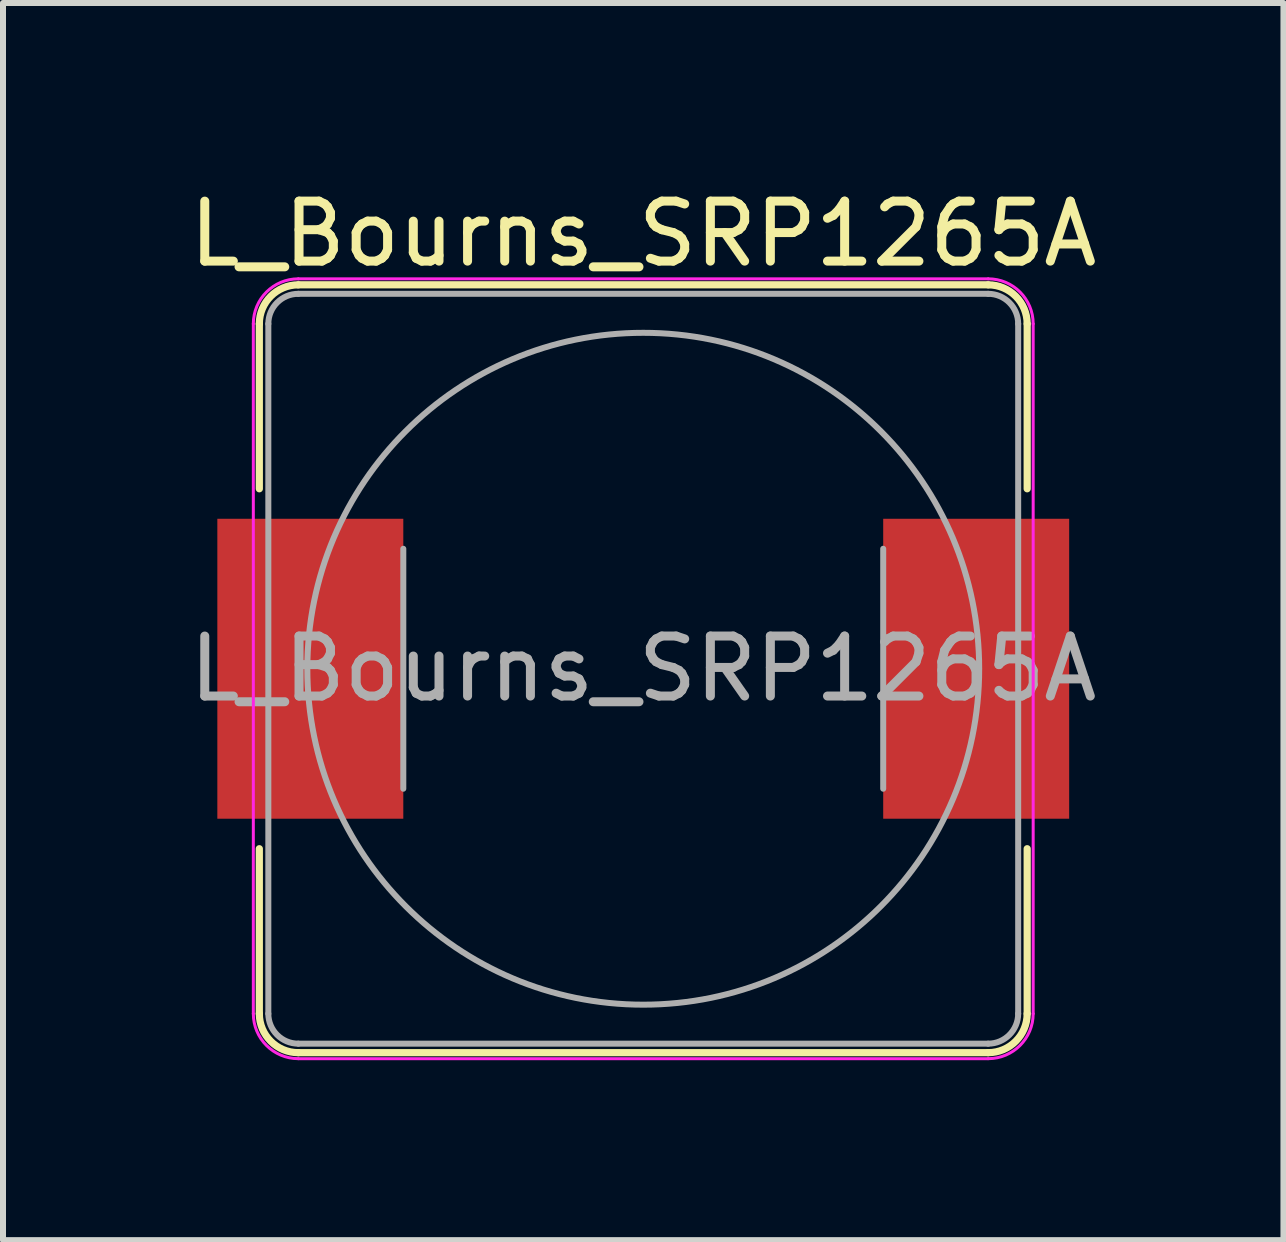
<source format=kicad_pcb>
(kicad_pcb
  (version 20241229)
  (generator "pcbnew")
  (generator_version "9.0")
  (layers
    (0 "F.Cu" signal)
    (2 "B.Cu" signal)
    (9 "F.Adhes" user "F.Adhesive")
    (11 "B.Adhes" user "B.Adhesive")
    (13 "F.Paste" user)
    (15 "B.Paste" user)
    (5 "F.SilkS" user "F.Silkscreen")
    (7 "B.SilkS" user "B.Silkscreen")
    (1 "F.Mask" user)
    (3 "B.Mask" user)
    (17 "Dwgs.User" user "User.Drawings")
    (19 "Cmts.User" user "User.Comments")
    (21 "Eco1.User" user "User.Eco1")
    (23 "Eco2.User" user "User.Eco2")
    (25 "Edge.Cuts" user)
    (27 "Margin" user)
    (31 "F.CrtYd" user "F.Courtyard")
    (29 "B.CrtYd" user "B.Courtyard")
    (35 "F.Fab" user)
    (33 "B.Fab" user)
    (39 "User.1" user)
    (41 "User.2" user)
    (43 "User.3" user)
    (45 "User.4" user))
  (footprint "L_Bourns_SRP1265A"
    (layer "F.Cu")
    (at 7.673 8.098)
    (property "Reference" "L_Bourns_SRP1265A" (at 0 -7.25 0) (layer "F.SilkS") (effects (font (size 1 1) (thickness 0.15))))
    (attr smd)
    (fp_line (start -6.4 -5.75) (end -6.4 -3) (stroke (width 0.12) (type solid)) (layer "F.SilkS"))
    (fp_line (start -6.4 3) (end -6.4 5.75) (stroke (width 0.12) (type solid)) (layer "F.SilkS"))
    (fp_line (start -5.75 -6.4) (end 5.75 -6.4) (stroke (width 0.12) (type solid)) (layer "F.SilkS"))
    (fp_line (start 5.75 6.4) (end -5.75 6.4) (stroke (width 0.12) (type solid)) (layer "F.SilkS"))
    (fp_line (start 6.4 -5.75) (end 6.4 -3) (stroke (width 0.12) (type solid)) (layer "F.SilkS"))
    (fp_line (start 6.4 3) (end 6.4 5.75) (stroke (width 0.12) (type solid)) (layer "F.SilkS"))
    (fp_arc (start -6.4 -5.75) (mid -6.209619 -6.209619) (end -5.75 -6.4) (stroke (width 0.12) (type solid)) (layer "F.SilkS"))
    (fp_arc (start -5.75 6.4) (mid -6.209619 6.209619) (end -6.4 5.75) (stroke (width 0.12) (type solid)) (layer "F.SilkS"))
    (fp_arc (start 5.75 -6.4) (mid 6.209619 -6.209619) (end 6.4 -5.75) (stroke (width 0.12) (type solid)) (layer "F.SilkS"))
    (fp_arc (start 6.4 5.75) (mid 6.209619 6.209619) (end 5.75 6.4) (stroke (width 0.12) (type solid)) (layer "F.SilkS"))
    (fp_line (start -6.5 5.75) (end -6.5 -5.75) (stroke (width 0.05) (type solid)) (layer "F.CrtYd"))
    (fp_line (start -5.75 -6.5) (end 5.75 -6.5) (stroke (width 0.05) (type solid)) (layer "F.CrtYd"))
    (fp_line (start 5.75 6.5) (end -5.75 6.5) (stroke (width 0.05) (type solid)) (layer "F.CrtYd"))
    (fp_line (start 6.5 -5.75) (end 6.5 5.75) (stroke (width 0.05) (type solid)) (layer "F.CrtYd"))
    (fp_arc (start -6.5 -5.75) (mid -6.28033 -6.28033) (end -5.75 -6.5) (stroke (width 0.05) (type solid)) (layer "F.CrtYd"))
    (fp_arc (start -5.75 6.5) (mid -6.28033 6.28033) (end -6.5 5.75) (stroke (width 0.05) (type solid)) (layer "F.CrtYd"))
    (fp_arc (start 5.75 -6.5) (mid 6.28033 -6.28033) (end 6.5 -5.75) (stroke (width 0.05) (type solid)) (layer "F.CrtYd"))
    (fp_arc (start 6.5 5.75) (mid 6.28033 6.28033) (end 5.75 6.5) (stroke (width 0.05) (type solid)) (layer "F.CrtYd"))
    (fp_line (start -6.25 -5.75) (end -6.25 5.75) (stroke (width 0.1) (type solid)) (layer "F.Fab"))
    (fp_line (start -5.75 -6.25) (end 5.75 -6.25) (stroke (width 0.1) (type solid)) (layer "F.Fab"))
    (fp_line (start -4 2) (end -4 -2) (stroke (width 0.1) (type solid)) (layer "F.Fab"))
    (fp_line (start 4 -2) (end 4 2) (stroke (width 0.1) (type solid)) (layer "F.Fab"))
    (fp_line (start 5.75 6.25) (end -5.75 6.25) (stroke (width 0.1) (type solid)) (layer "F.Fab"))
    (fp_line (start 6.25 -5.75) (end 6.25 5.75) (stroke (width 0.1) (type solid)) (layer "F.Fab"))
    (fp_arc (start -6.25 -5.75) (mid -6.103553 -6.103553) (end -5.75 -6.25) (stroke (width 0.1) (type solid)) (layer "F.Fab"))
    (fp_arc (start -5.75 6.25) (mid -6.103553 6.103553) (end -6.25 5.75) (stroke (width 0.1) (type solid)) (layer "F.Fab"))
    (fp_arc (start 5.75 -6.25) (mid 6.103553 -6.103553) (end 6.25 -5.75) (stroke (width 0.1) (type solid)) (layer "F.Fab"))
    (fp_arc (start 6.25 5.75) (mid 6.103553 6.103553) (end 5.75 6.25) (stroke (width 0.1) (type solid)) (layer "F.Fab"))
    (fp_circle (center 0 0) (end 0 -5.6) (stroke (width 0.1) (type solid)) (fill no) (layer "F.Fab"))
    (fp_text user "${REFERENCE}" (at 0 0 0) (layer "F.Fab") (effects (font (size 1 1) (thickness 0.15))))
    (pad "1" smd rect (at -5.55 0) (size 3.1 5) (layers "F.Cu" "F.Mask" "F.Paste"))
    (pad "2" smd rect (at 5.55 0) (size 3.1 5) (layers "F.Cu" "F.Mask" "F.Paste")))
  (gr_rect
    (start -3 -3)
    (end 18.345 17.623)
    (stroke (width 0.1) (type default))
    (fill no)
    (layer "Edge.Cuts")))
</source>
